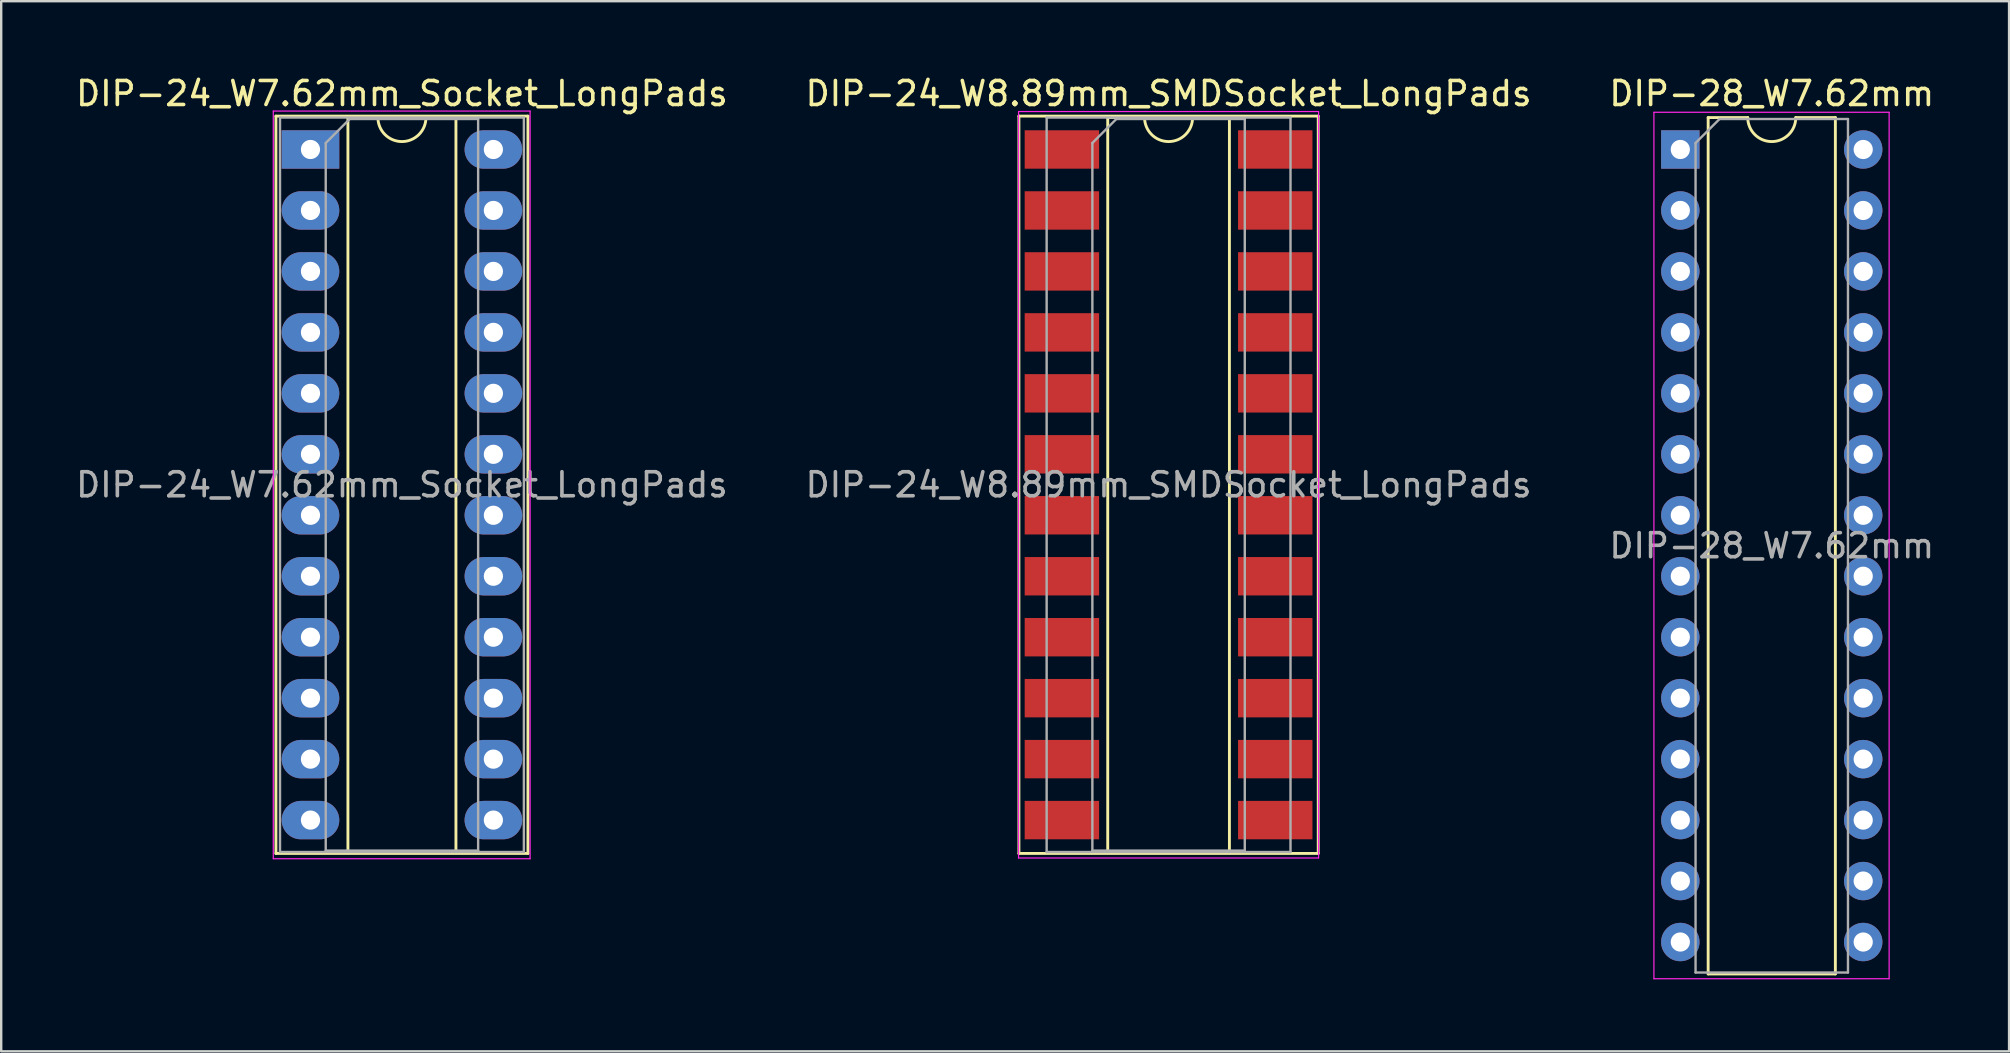
<source format=kicad_pcb>
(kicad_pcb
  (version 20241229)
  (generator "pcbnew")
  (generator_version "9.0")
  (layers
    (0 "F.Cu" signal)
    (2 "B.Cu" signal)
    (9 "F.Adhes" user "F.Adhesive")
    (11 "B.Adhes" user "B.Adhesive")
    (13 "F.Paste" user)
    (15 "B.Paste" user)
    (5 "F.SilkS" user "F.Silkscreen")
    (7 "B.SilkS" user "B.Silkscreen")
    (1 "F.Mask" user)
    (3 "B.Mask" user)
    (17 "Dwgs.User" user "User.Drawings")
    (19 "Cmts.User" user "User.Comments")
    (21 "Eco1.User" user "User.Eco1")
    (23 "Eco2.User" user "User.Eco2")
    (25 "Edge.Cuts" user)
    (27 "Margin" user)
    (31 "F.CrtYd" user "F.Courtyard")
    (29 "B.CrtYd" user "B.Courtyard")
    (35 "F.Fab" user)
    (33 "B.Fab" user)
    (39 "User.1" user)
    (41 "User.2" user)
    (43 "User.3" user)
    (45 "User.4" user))
  (footprint "DIP-28_W7.62mm"
    (layer "F.Cu")
    (at 66.958 3.178)
    (property "Reference" "DIP-28_W7.62mm" (at 3.81 -2.33 0) (layer "F.SilkS") (effects (font (size 1 1) (thickness 0.15))))
    (attr through_hole)
    (fp_line (start 1.16 -1.33) (end 1.16 34.35) (stroke (width 0.12) (type solid)) (layer "F.SilkS"))
    (fp_line (start 1.16 34.35) (end 6.46 34.35) (stroke (width 0.12) (type solid)) (layer "F.SilkS"))
    (fp_line (start 2.81 -1.33) (end 1.16 -1.33) (stroke (width 0.12) (type solid)) (layer "F.SilkS"))
    (fp_line (start 6.46 -1.33) (end 4.81 -1.33) (stroke (width 0.12) (type solid)) (layer "F.SilkS"))
    (fp_line (start 6.46 34.35) (end 6.46 -1.33) (stroke (width 0.12) (type solid)) (layer "F.SilkS"))
    (fp_arc (start 4.81 -1.33) (mid 3.81 -0.33) (end 2.81 -1.33) (stroke (width 0.12) (type solid)) (layer "F.SilkS"))
    (fp_line (start -1.1 -1.55) (end -1.1 34.55) (stroke (width 0.05) (type solid)) (layer "F.CrtYd"))
    (fp_line (start -1.1 34.55) (end 8.7 34.55) (stroke (width 0.05) (type solid)) (layer "F.CrtYd"))
    (fp_line (start 8.7 -1.55) (end -1.1 -1.55) (stroke (width 0.05) (type solid)) (layer "F.CrtYd"))
    (fp_line (start 8.7 34.55) (end 8.7 -1.55) (stroke (width 0.05) (type solid)) (layer "F.CrtYd"))
    (fp_line (start 0.635 -0.27) (end 1.635 -1.27) (stroke (width 0.1) (type solid)) (layer "F.Fab"))
    (fp_line (start 0.635 34.29) (end 0.635 -0.27) (stroke (width 0.1) (type solid)) (layer "F.Fab"))
    (fp_line (start 1.635 -1.27) (end 6.985 -1.27) (stroke (width 0.1) (type solid)) (layer "F.Fab"))
    (fp_line (start 6.985 -1.27) (end 6.985 34.29) (stroke (width 0.1) (type solid)) (layer "F.Fab"))
    (fp_line (start 6.985 34.29) (end 0.635 34.29) (stroke (width 0.1) (type solid)) (layer "F.Fab"))
    (fp_text user "${REFERENCE}" (at 3.81 16.51 0) (layer "F.Fab") (effects (font (size 1 1) (thickness 0.15))))
    (pad "1" thru_hole rect (at 0 0) (size 1.6 1.6) (drill 0.8) (layers "*.Cu" "*.Mask"))
    (pad "2" thru_hole oval (at 0 2.54) (size 1.6 1.6) (drill 0.8) (layers "*.Cu" "*.Mask"))
    (pad "3" thru_hole oval (at 0 5.08) (size 1.6 1.6) (drill 0.8) (layers "*.Cu" "*.Mask"))
    (pad "4" thru_hole oval (at 0 7.62) (size 1.6 1.6) (drill 0.8) (layers "*.Cu" "*.Mask"))
    (pad "5" thru_hole oval (at 0 10.16) (size 1.6 1.6) (drill 0.8) (layers "*.Cu" "*.Mask"))
    (pad "6" thru_hole oval (at 0 12.7) (size 1.6 1.6) (drill 0.8) (layers "*.Cu" "*.Mask"))
    (pad "7" thru_hole oval (at 0 15.24) (size 1.6 1.6) (drill 0.8) (layers "*.Cu" "*.Mask"))
    (pad "8" thru_hole oval (at 0 17.78) (size 1.6 1.6) (drill 0.8) (layers "*.Cu" "*.Mask"))
    (pad "9" thru_hole oval (at 0 20.32) (size 1.6 1.6) (drill 0.8) (layers "*.Cu" "*.Mask"))
    (pad "10" thru_hole oval (at 0 22.86) (size 1.6 1.6) (drill 0.8) (layers "*.Cu" "*.Mask"))
    (pad "11" thru_hole oval (at 0 25.4) (size 1.6 1.6) (drill 0.8) (layers "*.Cu" "*.Mask"))
    (pad "12" thru_hole oval (at 0 27.94) (size 1.6 1.6) (drill 0.8) (layers "*.Cu" "*.Mask"))
    (pad "13" thru_hole oval (at 0 30.48) (size 1.6 1.6) (drill 0.8) (layers "*.Cu" "*.Mask"))
    (pad "14" thru_hole oval (at 0 33.02) (size 1.6 1.6) (drill 0.8) (layers "*.Cu" "*.Mask"))
    (pad "15" thru_hole oval (at 7.62 33.02) (size 1.6 1.6) (drill 0.8) (layers "*.Cu" "*.Mask"))
    (pad "16" thru_hole oval (at 7.62 30.48) (size 1.6 1.6) (drill 0.8) (layers "*.Cu" "*.Mask"))
    (pad "17" thru_hole oval (at 7.62 27.94) (size 1.6 1.6) (drill 0.8) (layers "*.Cu" "*.Mask"))
    (pad "18" thru_hole oval (at 7.62 25.4) (size 1.6 1.6) (drill 0.8) (layers "*.Cu" "*.Mask"))
    (pad "19" thru_hole oval (at 7.62 22.86) (size 1.6 1.6) (drill 0.8) (layers "*.Cu" "*.Mask"))
    (pad "20" thru_hole oval (at 7.62 20.32) (size 1.6 1.6) (drill 0.8) (layers "*.Cu" "*.Mask"))
    (pad "21" thru_hole oval (at 7.62 17.78) (size 1.6 1.6) (drill 0.8) (layers "*.Cu" "*.Mask"))
    (pad "22" thru_hole oval (at 7.62 15.24) (size 1.6 1.6) (drill 0.8) (layers "*.Cu" "*.Mask"))
    (pad "23" thru_hole oval (at 7.62 12.7) (size 1.6 1.6) (drill 0.8) (layers "*.Cu" "*.Mask"))
    (pad "24" thru_hole oval (at 7.62 10.16) (size 1.6 1.6) (drill 0.8) (layers "*.Cu" "*.Mask"))
    (pad "25" thru_hole oval (at 7.62 7.62) (size 1.6 1.6) (drill 0.8) (layers "*.Cu" "*.Mask"))
    (pad "26" thru_hole oval (at 7.62 5.08) (size 1.6 1.6) (drill 0.8) (layers "*.Cu" "*.Mask"))
    (pad "27" thru_hole oval (at 7.62 2.54) (size 1.6 1.6) (drill 0.8) (layers "*.Cu" "*.Mask"))
    (pad "28" thru_hole oval (at 7.62 0) (size 1.6 1.6) (drill 0.8) (layers "*.Cu" "*.Mask")))
  (footprint "DIP-24_W8.89mm_SMDSocket_LongPads"
    (layer "F.Cu")
    (at 45.637 17.148)
    (property "Reference" "DIP-24_W8.89mm_SMDSocket_LongPads" (at 0 -16.3 0) (layer "F.SilkS") (effects (font (size 1 1) (thickness 0.15))))
    (attr smd)
    (fp_line (start -6.235 -15.36) (end -6.235 15.36) (stroke (width 0.12) (type solid)) (layer "F.SilkS"))
    (fp_line (start -6.235 15.36) (end 6.235 15.36) (stroke (width 0.12) (type solid)) (layer "F.SilkS"))
    (fp_line (start -2.535 -15.3) (end -2.535 15.3) (stroke (width 0.12) (type solid)) (layer "F.SilkS"))
    (fp_line (start -2.535 15.3) (end 2.535 15.3) (stroke (width 0.12) (type solid)) (layer "F.SilkS"))
    (fp_line (start -1 -15.3) (end -2.535 -15.3) (stroke (width 0.12) (type solid)) (layer "F.SilkS"))
    (fp_line (start 2.535 -15.3) (end 1 -15.3) (stroke (width 0.12) (type solid)) (layer "F.SilkS"))
    (fp_line (start 2.535 15.3) (end 2.535 -15.3) (stroke (width 0.12) (type solid)) (layer "F.SilkS"))
    (fp_line (start 6.235 -15.36) (end -6.235 -15.36) (stroke (width 0.12) (type solid)) (layer "F.SilkS"))
    (fp_line (start 6.235 15.36) (end 6.235 -15.36) (stroke (width 0.12) (type solid)) (layer "F.SilkS"))
    (fp_arc (start 1 -15.3) (mid 0 -14.3) (end -1 -15.3) (stroke (width 0.12) (type solid)) (layer "F.SilkS"))
    (fp_line (start -6.25 -15.55) (end -6.25 15.55) (stroke (width 0.05) (type solid)) (layer "F.CrtYd"))
    (fp_line (start -6.25 15.55) (end 6.25 15.55) (stroke (width 0.05) (type solid)) (layer "F.CrtYd"))
    (fp_line (start 6.25 -15.55) (end -6.25 -15.55) (stroke (width 0.05) (type solid)) (layer "F.CrtYd"))
    (fp_line (start 6.25 15.55) (end 6.25 -15.55) (stroke (width 0.05) (type solid)) (layer "F.CrtYd"))
    (fp_line (start -5.08 -15.3) (end -5.08 15.3) (stroke (width 0.1) (type solid)) (layer "F.Fab"))
    (fp_line (start -5.08 15.3) (end 5.08 15.3) (stroke (width 0.1) (type solid)) (layer "F.Fab"))
    (fp_line (start -3.175 -14.24) (end -2.175 -15.24) (stroke (width 0.1) (type solid)) (layer "F.Fab"))
    (fp_line (start -3.175 15.24) (end -3.175 -14.24) (stroke (width 0.1) (type solid)) (layer "F.Fab"))
    (fp_line (start -2.175 -15.24) (end 3.175 -15.24) (stroke (width 0.1) (type solid)) (layer "F.Fab"))
    (fp_line (start 3.175 -15.24) (end 3.175 15.24) (stroke (width 0.1) (type solid)) (layer "F.Fab"))
    (fp_line (start 3.175 15.24) (end -3.175 15.24) (stroke (width 0.1) (type solid)) (layer "F.Fab"))
    (fp_line (start 5.08 -15.3) (end -5.08 -15.3) (stroke (width 0.1) (type solid)) (layer "F.Fab"))
    (fp_line (start 5.08 15.3) (end 5.08 -15.3) (stroke (width 0.1) (type solid)) (layer "F.Fab"))
    (fp_text user "${REFERENCE}" (at 0 0 0) (layer "F.Fab") (effects (font (size 1 1) (thickness 0.15))))
    (pad "1" smd rect (at -4.445 -13.97) (size 3.1 1.6) (layers "F.Cu" "F.Mask" "F.Paste"))
    (pad "2" smd rect (at -4.445 -11.43) (size 3.1 1.6) (layers "F.Cu" "F.Mask" "F.Paste"))
    (pad "3" smd rect (at -4.445 -8.89) (size 3.1 1.6) (layers "F.Cu" "F.Mask" "F.Paste"))
    (pad "4" smd rect (at -4.445 -6.35) (size 3.1 1.6) (layers "F.Cu" "F.Mask" "F.Paste"))
    (pad "5" smd rect (at -4.445 -3.81) (size 3.1 1.6) (layers "F.Cu" "F.Mask" "F.Paste"))
    (pad "6" smd rect (at -4.445 -1.27) (size 3.1 1.6) (layers "F.Cu" "F.Mask" "F.Paste"))
    (pad "7" smd rect (at -4.445 1.27) (size 3.1 1.6) (layers "F.Cu" "F.Mask" "F.Paste"))
    (pad "8" smd rect (at -4.445 3.81) (size 3.1 1.6) (layers "F.Cu" "F.Mask" "F.Paste"))
    (pad "9" smd rect (at -4.445 6.35) (size 3.1 1.6) (layers "F.Cu" "F.Mask" "F.Paste"))
    (pad "10" smd rect (at -4.445 8.89) (size 3.1 1.6) (layers "F.Cu" "F.Mask" "F.Paste"))
    (pad "11" smd rect (at -4.445 11.43) (size 3.1 1.6) (layers "F.Cu" "F.Mask" "F.Paste"))
    (pad "12" smd rect (at -4.445 13.97) (size 3.1 1.6) (layers "F.Cu" "F.Mask" "F.Paste"))
    (pad "13" smd rect (at 4.445 13.97) (size 3.1 1.6) (layers "F.Cu" "F.Mask" "F.Paste"))
    (pad "14" smd rect (at 4.445 11.43) (size 3.1 1.6) (layers "F.Cu" "F.Mask" "F.Paste"))
    (pad "15" smd rect (at 4.445 8.89) (size 3.1 1.6) (layers "F.Cu" "F.Mask" "F.Paste"))
    (pad "16" smd rect (at 4.445 6.35) (size 3.1 1.6) (layers "F.Cu" "F.Mask" "F.Paste"))
    (pad "17" smd rect (at 4.445 3.81) (size 3.1 1.6) (layers "F.Cu" "F.Mask" "F.Paste"))
    (pad "18" smd rect (at 4.445 1.27) (size 3.1 1.6) (layers "F.Cu" "F.Mask" "F.Paste"))
    (pad "19" smd rect (at 4.445 -1.27) (size 3.1 1.6) (layers "F.Cu" "F.Mask" "F.Paste"))
    (pad "20" smd rect (at 4.445 -3.81) (size 3.1 1.6) (layers "F.Cu" "F.Mask" "F.Paste"))
    (pad "21" smd rect (at 4.445 -6.35) (size 3.1 1.6) (layers "F.Cu" "F.Mask" "F.Paste"))
    (pad "22" smd rect (at 4.445 -8.89) (size 3.1 1.6) (layers "F.Cu" "F.Mask" "F.Paste"))
    (pad "23" smd rect (at 4.445 -11.43) (size 3.1 1.6) (layers "F.Cu" "F.Mask" "F.Paste"))
    (pad "24" smd rect (at 4.445 -13.97) (size 3.1 1.6) (layers "F.Cu" "F.Mask" "F.Paste")))
  (footprint "DIP-24_W7.62mm_Socket_LongPads"
    (layer "F.Cu")
    (at 9.886 3.178)
    (property "Reference" "DIP-24_W7.62mm_Socket_LongPads" (at 3.81 -2.33 0) (layer "F.SilkS") (effects (font (size 1 1) (thickness 0.15))))
    (attr through_hole)
    (fp_line (start -1.44 -1.39) (end -1.44 29.33) (stroke (width 0.12) (type solid)) (layer "F.SilkS"))
    (fp_line (start -1.44 29.33) (end 9.06 29.33) (stroke (width 0.12) (type solid)) (layer "F.SilkS"))
    (fp_line (start 1.56 -1.33) (end 1.56 29.27) (stroke (width 0.12) (type solid)) (layer "F.SilkS"))
    (fp_line (start 1.56 29.27) (end 6.06 29.27) (stroke (width 0.12) (type solid)) (layer "F.SilkS"))
    (fp_line (start 2.81 -1.33) (end 1.56 -1.33) (stroke (width 0.12) (type solid)) (layer "F.SilkS"))
    (fp_line (start 6.06 -1.33) (end 4.81 -1.33) (stroke (width 0.12) (type solid)) (layer "F.SilkS"))
    (fp_line (start 6.06 29.27) (end 6.06 -1.33) (stroke (width 0.12) (type solid)) (layer "F.SilkS"))
    (fp_line (start 9.06 -1.39) (end -1.44 -1.39) (stroke (width 0.12) (type solid)) (layer "F.SilkS"))
    (fp_line (start 9.06 29.33) (end 9.06 -1.39) (stroke (width 0.12) (type solid)) (layer "F.SilkS"))
    (fp_arc (start 4.81 -1.33) (mid 3.81 -0.33) (end 2.81 -1.33) (stroke (width 0.12) (type solid)) (layer "F.SilkS"))
    (fp_line (start -1.55 -1.6) (end -1.55 29.55) (stroke (width 0.05) (type solid)) (layer "F.CrtYd"))
    (fp_line (start -1.55 29.55) (end 9.15 29.55) (stroke (width 0.05) (type solid)) (layer "F.CrtYd"))
    (fp_line (start 9.15 -1.6) (end -1.55 -1.6) (stroke (width 0.05) (type solid)) (layer "F.CrtYd"))
    (fp_line (start 9.15 29.55) (end 9.15 -1.6) (stroke (width 0.05) (type solid)) (layer "F.CrtYd"))
    (fp_line (start -1.27 -1.33) (end -1.27 29.27) (stroke (width 0.1) (type solid)) (layer "F.Fab"))
    (fp_line (start -1.27 29.27) (end 8.89 29.27) (stroke (width 0.1) (type solid)) (layer "F.Fab"))
    (fp_line (start 0.635 -0.27) (end 1.635 -1.27) (stroke (width 0.1) (type solid)) (layer "F.Fab"))
    (fp_line (start 0.635 29.21) (end 0.635 -0.27) (stroke (width 0.1) (type solid)) (layer "F.Fab"))
    (fp_line (start 1.635 -1.27) (end 6.985 -1.27) (stroke (width 0.1) (type solid)) (layer "F.Fab"))
    (fp_line (start 6.985 -1.27) (end 6.985 29.21) (stroke (width 0.1) (type solid)) (layer "F.Fab"))
    (fp_line (start 6.985 29.21) (end 0.635 29.21) (stroke (width 0.1) (type solid)) (layer "F.Fab"))
    (fp_line (start 8.89 -1.33) (end -1.27 -1.33) (stroke (width 0.1) (type solid)) (layer "F.Fab"))
    (fp_line (start 8.89 29.27) (end 8.89 -1.33) (stroke (width 0.1) (type solid)) (layer "F.Fab"))
    (fp_text user "${REFERENCE}" (at 3.81 13.97 0) (layer "F.Fab") (effects (font (size 1 1) (thickness 0.15))))
    (pad "1" thru_hole rect (at 0 0) (size 2.4 1.6) (drill 0.8) (layers "*.Cu" "*.Mask"))
    (pad "2" thru_hole oval (at 0 2.54) (size 2.4 1.6) (drill 0.8) (layers "*.Cu" "*.Mask"))
    (pad "3" thru_hole oval (at 0 5.08) (size 2.4 1.6) (drill 0.8) (layers "*.Cu" "*.Mask"))
    (pad "4" thru_hole oval (at 0 7.62) (size 2.4 1.6) (drill 0.8) (layers "*.Cu" "*.Mask"))
    (pad "5" thru_hole oval (at 0 10.16) (size 2.4 1.6) (drill 0.8) (layers "*.Cu" "*.Mask"))
    (pad "6" thru_hole oval (at 0 12.7) (size 2.4 1.6) (drill 0.8) (layers "*.Cu" "*.Mask"))
    (pad "7" thru_hole oval (at 0 15.24) (size 2.4 1.6) (drill 0.8) (layers "*.Cu" "*.Mask"))
    (pad "8" thru_hole oval (at 0 17.78) (size 2.4 1.6) (drill 0.8) (layers "*.Cu" "*.Mask"))
    (pad "9" thru_hole oval (at 0 20.32) (size 2.4 1.6) (drill 0.8) (layers "*.Cu" "*.Mask"))
    (pad "10" thru_hole oval (at 0 22.86) (size 2.4 1.6) (drill 0.8) (layers "*.Cu" "*.Mask"))
    (pad "11" thru_hole oval (at 0 25.4) (size 2.4 1.6) (drill 0.8) (layers "*.Cu" "*.Mask"))
    (pad "12" thru_hole oval (at 0 27.94) (size 2.4 1.6) (drill 0.8) (layers "*.Cu" "*.Mask"))
    (pad "13" thru_hole oval (at 7.62 27.94) (size 2.4 1.6) (drill 0.8) (layers "*.Cu" "*.Mask"))
    (pad "14" thru_hole oval (at 7.62 25.4) (size 2.4 1.6) (drill 0.8) (layers "*.Cu" "*.Mask"))
    (pad "15" thru_hole oval (at 7.62 22.86) (size 2.4 1.6) (drill 0.8) (layers "*.Cu" "*.Mask"))
    (pad "16" thru_hole oval (at 7.62 20.32) (size 2.4 1.6) (drill 0.8) (layers "*.Cu" "*.Mask"))
    (pad "17" thru_hole oval (at 7.62 17.78) (size 2.4 1.6) (drill 0.8) (layers "*.Cu" "*.Mask"))
    (pad "18" thru_hole oval (at 7.62 15.24) (size 2.4 1.6) (drill 0.8) (layers "*.Cu" "*.Mask"))
    (pad "19" thru_hole oval (at 7.62 12.7) (size 2.4 1.6) (drill 0.8) (layers "*.Cu" "*.Mask"))
    (pad "20" thru_hole oval (at 7.62 10.16) (size 2.4 1.6) (drill 0.8) (layers "*.Cu" "*.Mask"))
    (pad "21" thru_hole oval (at 7.62 7.62) (size 2.4 1.6) (drill 0.8) (layers "*.Cu" "*.Mask"))
    (pad "22" thru_hole oval (at 7.62 5.08) (size 2.4 1.6) (drill 0.8) (layers "*.Cu" "*.Mask"))
    (pad "23" thru_hole oval (at 7.62 2.54) (size 2.4 1.6) (drill 0.8) (layers "*.Cu" "*.Mask"))
    (pad "24" thru_hole oval (at 7.62 0) (size 2.4 1.6) (drill 0.8) (layers "*.Cu" "*.Mask")))
  (gr_rect
    (start -3 -3)
    (end 80.655 40.753)
    (stroke (width 0.1) (type default))
    (fill no)
    (layer "Edge.Cuts")))
</source>
